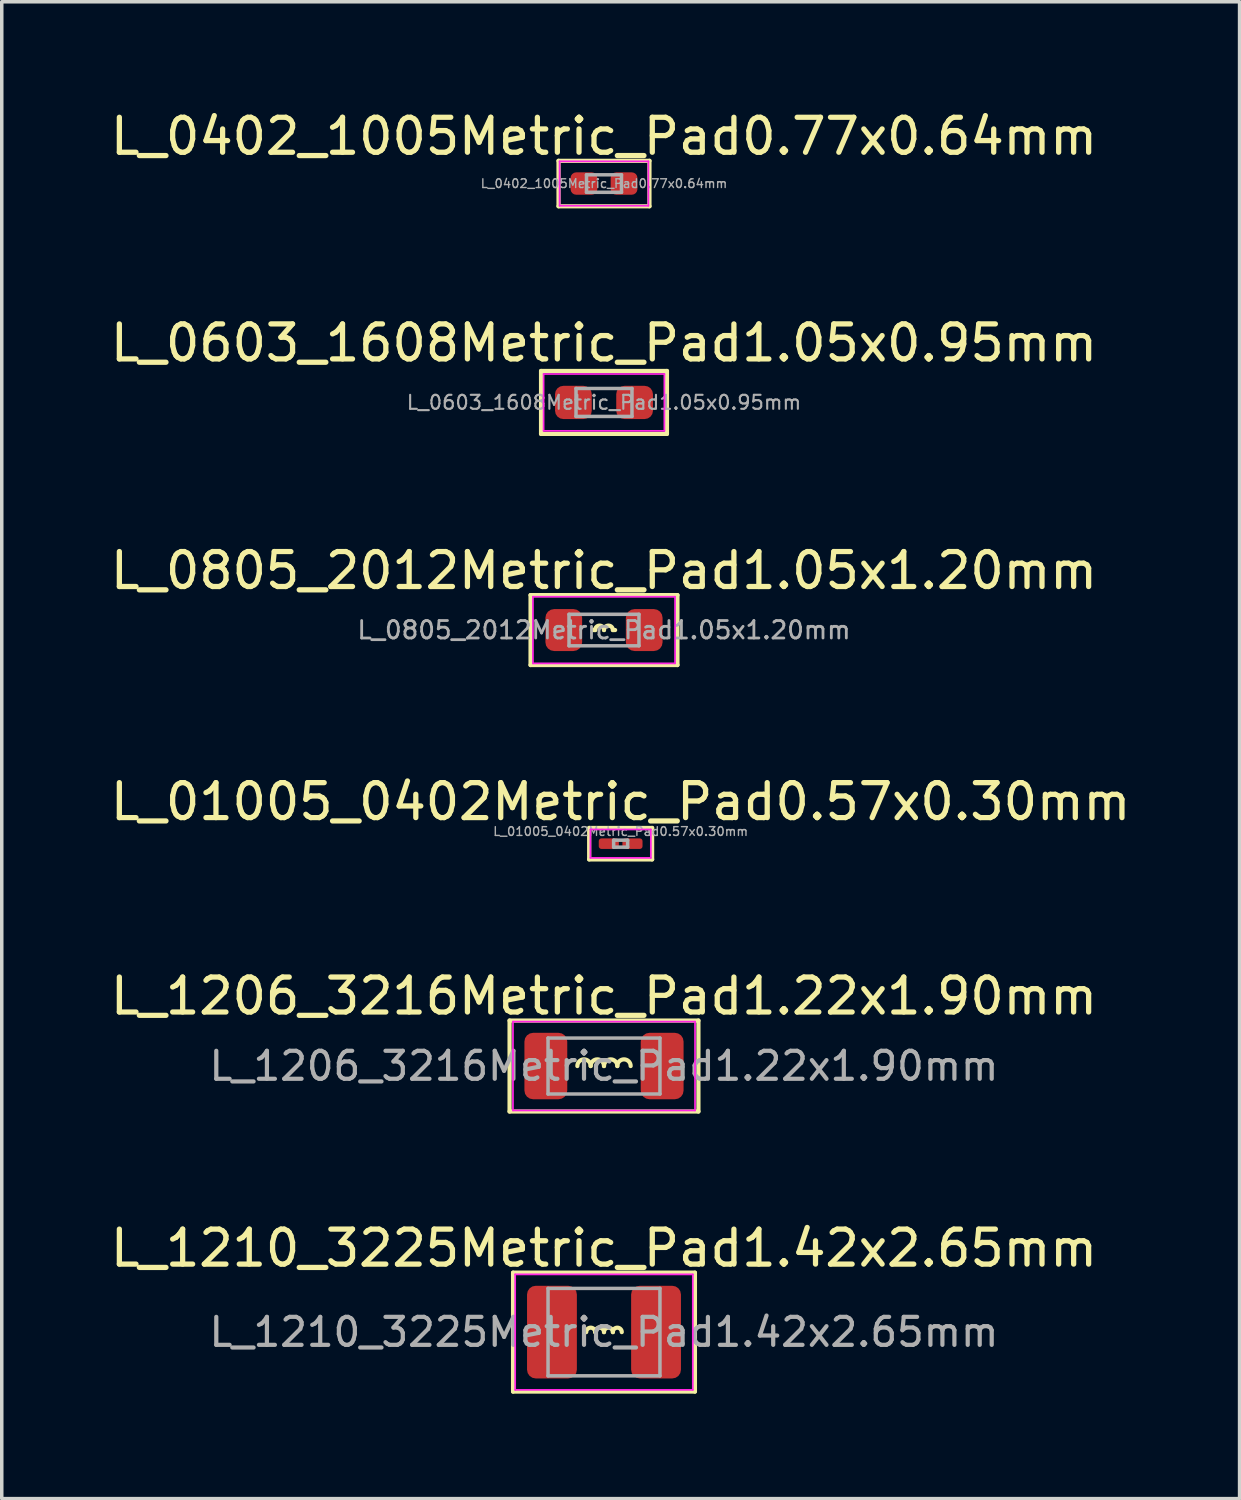
<source format=kicad_pcb>
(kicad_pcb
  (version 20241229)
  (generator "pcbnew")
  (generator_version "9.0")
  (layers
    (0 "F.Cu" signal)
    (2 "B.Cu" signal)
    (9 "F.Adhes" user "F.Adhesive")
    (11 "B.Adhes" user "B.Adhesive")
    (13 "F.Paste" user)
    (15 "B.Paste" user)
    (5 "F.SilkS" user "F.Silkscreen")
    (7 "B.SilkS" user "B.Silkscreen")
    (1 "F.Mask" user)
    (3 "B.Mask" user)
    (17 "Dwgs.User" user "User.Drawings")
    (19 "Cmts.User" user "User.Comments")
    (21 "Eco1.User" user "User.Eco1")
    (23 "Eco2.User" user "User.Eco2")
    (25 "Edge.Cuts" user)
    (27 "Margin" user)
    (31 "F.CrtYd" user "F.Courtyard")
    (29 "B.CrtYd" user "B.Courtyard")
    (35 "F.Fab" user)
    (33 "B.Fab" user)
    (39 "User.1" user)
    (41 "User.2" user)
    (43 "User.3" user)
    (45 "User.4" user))
  (footprint "L_0805_2012Metric_Pad1.05x1.20mm"
    (layer "F.Cu")
    (at 14.22 14.965)
    (property "Reference" "L_0805_2012Metric_Pad1.05x1.20mm" (at 0 -1.7 0) (layer "F.SilkS") (effects (font (size 1 1) (thickness 0.15))))
    (attr smd)
    (fp_line (start -2.1 -1) (end -2.1 1) (stroke (width 0.12) (type solid)) (layer "F.SilkS"))
    (fp_line (start -2.1 1) (end 2.1 1) (stroke (width 0.12) (type solid)) (layer "F.SilkS"))
    (fp_line (start -0.254 0) (end -0.318 0) (stroke (width 0.12) (type solid)) (layer "F.SilkS"))
    (fp_line (start 0.254 0) (end 0.318 0) (stroke (width 0.12) (type solid)) (layer "F.SilkS"))
    (fp_line (start 2.1 -1) (end -2.1 -1) (stroke (width 0.12) (type solid)) (layer "F.SilkS"))
    (fp_line (start 2.1 1) (end 2.1 -1) (stroke (width 0.12) (type solid)) (layer "F.SilkS"))
    (fp_arc (start -0.254 0) (mid -0.127 -0.127) (end 0 0) (stroke (width 0.12) (type solid)) (layer "F.SilkS"))
    (fp_arc (start 0 0) (mid 0.127 -0.127) (end 0.254 0) (stroke (width 0.12) (type solid)) (layer "F.SilkS"))
    (fp_line (start -2.032 -0.953) (end 2.032 -0.953) (stroke (width 0.05) (type solid)) (layer "F.CrtYd"))
    (fp_line (start -2.032 0.953) (end -2.032 -0.953) (stroke (width 0.05) (type solid)) (layer "F.CrtYd"))
    (fp_line (start 2.032 -0.953) (end 2.032 0.953) (stroke (width 0.05) (type solid)) (layer "F.CrtYd"))
    (fp_line (start 2.032 0.953) (end -2.032 0.953) (stroke (width 0.05) (type solid)) (layer "F.CrtYd"))
    (fp_line (start -1 -0.45) (end 1 -0.45) (stroke (width 0.1) (type solid)) (layer "F.Fab"))
    (fp_line (start -1 0.45) (end -1 -0.45) (stroke (width 0.1) (type solid)) (layer "F.Fab"))
    (fp_line (start 1 -0.45) (end 1 0.45) (stroke (width 0.1) (type solid)) (layer "F.Fab"))
    (fp_line (start 1 0.45) (end -1 0.45) (stroke (width 0.1) (type solid)) (layer "F.Fab"))
    (fp_text user "${REFERENCE}" (at 0 0 0) (layer "F.Fab") (effects (font (size 0.5 0.5) (thickness 0.08))))
    (pad "1" smd roundrect (at -1.15 0) (size 1.05 1.2) (layers "F.Cu" "F.Mask" "F.Paste") (roundrect_rratio 0.238))
    (pad "2" smd roundrect (at 1.15 0) (size 1.05 1.2) (layers "F.Cu" "F.Mask" "F.Paste") (roundrect_rratio 0.238)))
  (footprint "L_01005_0402Metric_Pad0.57x0.30mm"
    (layer "F.Cu")
    (at 14.696 21.073)
    (property "Reference" "L_01005_0402Metric_Pad0.57x0.30mm" (at 0 -1.2 0) (layer "F.SilkS") (effects (font (size 1 1) (thickness 0.15))))
    (attr smd)
    (fp_line (start -0.9 -0.45) (end -0.9 0.45) (stroke (width 0.12) (type solid)) (layer "F.SilkS"))
    (fp_line (start -0.9 0.45) (end 0.9 0.45) (stroke (width 0.12) (type solid)) (layer "F.SilkS"))
    (fp_line (start 0.9 -0.45) (end -0.9 -0.45) (stroke (width 0.12) (type solid)) (layer "F.SilkS"))
    (fp_line (start 0.9 0.45) (end 0.9 -0.45) (stroke (width 0.12) (type solid)) (layer "F.SilkS"))
    (fp_line (start -0.864 -0.406) (end 0.864 -0.406) (stroke (width 0.05) (type solid)) (layer "F.CrtYd"))
    (fp_line (start -0.864 0.406) (end -0.864 -0.406) (stroke (width 0.05) (type solid)) (layer "F.CrtYd"))
    (fp_line (start 0.864 -0.406) (end 0.864 0.406) (stroke (width 0.05) (type solid)) (layer "F.CrtYd"))
    (fp_line (start 0.864 0.406) (end -0.864 0.406) (stroke (width 0.05) (type solid)) (layer "F.CrtYd"))
    (fp_line (start -0.2 -0.1) (end 0.2 -0.1) (stroke (width 0.1) (type solid)) (layer "F.Fab"))
    (fp_line (start -0.2 0.1) (end -0.2 -0.1) (stroke (width 0.1) (type solid)) (layer "F.Fab"))
    (fp_line (start 0.2 -0.1) (end 0.2 0.1) (stroke (width 0.1) (type solid)) (layer "F.Fab"))
    (fp_line (start 0.2 0.1) (end -0.2 0.1) (stroke (width 0.1) (type solid)) (layer "F.Fab"))
    (fp_text user "${REFERENCE}" (at 0 -0.35 0) (layer "F.Fab") (effects (font (size 0.25 0.25) (thickness 0.04))))
    (pad "" smd roundrect (at -0.362 0) (size 0.41 0.27) (layers "F.Paste") (roundrect_rratio 0.25))
    (pad "" smd roundrect (at 0.362 0) (size 0.41 0.27) (layers "F.Paste") (roundrect_rratio 0.25))
    (pad "1" smd roundrect (at -0.338 0) (size 0.575 0.3) (layers "F.Cu" "F.Mask") (roundrect_rratio 0.25))
    (pad "2" smd roundrect (at 0.338 0) (size 0.575 0.3) (layers "F.Cu" "F.Mask") (roundrect_rratio 0.25)))
  (footprint "L_1206_3216Metric_Pad1.22x1.90mm"
    (layer "F.Cu")
    (at 14.22 27.431)
    (property "Reference" "L_1206_3216Metric_Pad1.22x1.90mm" (at 0 -2 0) (layer "F.SilkS") (effects (font (size 1 1) (thickness 0.15))))
    (attr smd)
    (fp_line (start -2.7 -1.3) (end -2.7 1.3) (stroke (width 0.12) (type solid)) (layer "F.SilkS"))
    (fp_line (start -2.7 1.3) (end 2.7 1.3) (stroke (width 0.12) (type solid)) (layer "F.SilkS"))
    (fp_line (start 2.7 -1.3) (end -2.7 -1.3) (stroke (width 0.12) (type solid)) (layer "F.SilkS"))
    (fp_line (start 2.7 1.3) (end 2.7 -1.3) (stroke (width 0.12) (type solid)) (layer "F.SilkS"))
    (fp_arc (start -0.762 0) (mid -0.5715 -0.1905) (end -0.381 0) (stroke (width 0.12) (type solid)) (layer "F.SilkS"))
    (fp_arc (start -0.381 0) (mid -0.1905 -0.1905) (end 0 0) (stroke (width 0.12) (type solid)) (layer "F.SilkS"))
    (fp_arc (start 0 0) (mid 0.1905 -0.1905) (end 0.381 0) (stroke (width 0.12) (type solid)) (layer "F.SilkS"))
    (fp_arc (start 0.381 0) (mid 0.5715 -0.1905) (end 0.762 0) (stroke (width 0.12) (type solid)) (layer "F.SilkS"))
    (fp_line (start -2.603 -1.27) (end 2.603 -1.27) (stroke (width 0.05) (type solid)) (layer "F.CrtYd"))
    (fp_line (start -2.603 1.27) (end -2.603 -1.27) (stroke (width 0.05) (type solid)) (layer "F.CrtYd"))
    (fp_line (start 2.603 -1.27) (end 2.603 1.27) (stroke (width 0.05) (type solid)) (layer "F.CrtYd"))
    (fp_line (start 2.603 1.27) (end -2.603 1.27) (stroke (width 0.05) (type solid)) (layer "F.CrtYd"))
    (fp_line (start -1.6 -0.8) (end 1.6 -0.8) (stroke (width 0.1) (type solid)) (layer "F.Fab"))
    (fp_line (start -1.6 0.8) (end -1.6 -0.8) (stroke (width 0.1) (type solid)) (layer "F.Fab"))
    (fp_line (start 1.6 -0.8) (end 1.6 0.8) (stroke (width 0.1) (type solid)) (layer "F.Fab"))
    (fp_line (start 1.6 0.8) (end -1.6 0.8) (stroke (width 0.1) (type solid)) (layer "F.Fab"))
    (fp_text user "${REFERENCE}" (at 0 0 0) (layer "F.Fab") (effects (font (size 0.8 0.8) (thickness 0.12))))
    (pad "1" smd roundrect (at -1.663 0) (size 1.225 1.9) (layers "F.Cu" "F.Mask" "F.Paste") (roundrect_rratio 0.204))
    (pad "2" smd roundrect (at 1.663 0) (size 1.225 1.9) (layers "F.Cu" "F.Mask" "F.Paste") (roundrect_rratio 0.204)))
  (footprint "L_0402_1005Metric_Pad0.77x0.64mm"
    (layer "F.Cu")
    (at 14.22 2.198)
    (property "Reference" "L_0402_1005Metric_Pad0.77x0.64mm" (at 0 -1.35 0) (layer "F.SilkS") (effects (font (size 1 1) (thickness 0.15))))
    (attr smd)
    (fp_line (start -1.3 -0.65) (end -1.3 0.65) (stroke (width 0.12) (type solid)) (layer "F.SilkS"))
    (fp_line (start -1.3 0.65) (end 1.3 0.65) (stroke (width 0.12) (type solid)) (layer "F.SilkS"))
    (fp_line (start 1.3 -0.65) (end -1.3 -0.65) (stroke (width 0.12) (type solid)) (layer "F.SilkS"))
    (fp_line (start 1.3 0.65) (end 1.3 -0.65) (stroke (width 0.12) (type solid)) (layer "F.SilkS"))
    (fp_line (start -1.27 -0.635) (end 1.27 -0.635) (stroke (width 0.05) (type solid)) (layer "F.CrtYd"))
    (fp_line (start -1.27 0.635) (end -1.27 -0.635) (stroke (width 0.05) (type solid)) (layer "F.CrtYd"))
    (fp_line (start 1.27 -0.635) (end 1.27 0.635) (stroke (width 0.05) (type solid)) (layer "F.CrtYd"))
    (fp_line (start 1.27 0.635) (end -1.27 0.635) (stroke (width 0.05) (type solid)) (layer "F.CrtYd"))
    (fp_line (start -0.5 -0.25) (end 0.5 -0.25) (stroke (width 0.1) (type solid)) (layer "F.Fab"))
    (fp_line (start -0.5 0.25) (end -0.5 -0.25) (stroke (width 0.1) (type solid)) (layer "F.Fab"))
    (fp_line (start 0.5 -0.25) (end 0.5 0.25) (stroke (width 0.1) (type solid)) (layer "F.Fab"))
    (fp_line (start 0.5 0.25) (end -0.5 0.25) (stroke (width 0.1) (type solid)) (layer "F.Fab"))
    (fp_text user "${REFERENCE}" (at 0 0 0) (layer "F.Fab") (effects (font (size 0.25 0.25) (thickness 0.04))))
    (pad "1" smd roundrect (at -0.573 0) (size 0.765 0.64) (layers "F.Cu" "F.Mask" "F.Paste") (roundrect_rratio 0.25))
    (pad "2" smd roundrect (at 0.573 0) (size 0.765 0.64) (layers "F.Cu" "F.Mask" "F.Paste") (roundrect_rratio 0.25)))
  (footprint "L_0603_1608Metric_Pad1.05x0.95mm"
    (layer "F.Cu")
    (at 14.22 8.457)
    (property "Reference" "L_0603_1608Metric_Pad1.05x0.95mm" (at 0 -1.7 0) (layer "F.SilkS") (effects (font (size 1 1) (thickness 0.15))))
    (attr smd)
    (fp_line (start -1.8 -0.9) (end -1.8 0.9) (stroke (width 0.12) (type solid)) (layer "F.SilkS"))
    (fp_line (start -1.8 0.9) (end 1.8 0.9) (stroke (width 0.12) (type solid)) (layer "F.SilkS"))
    (fp_line (start 1.8 -0.9) (end -1.8 -0.9) (stroke (width 0.12) (type solid)) (layer "F.SilkS"))
    (fp_line (start 1.8 0.9) (end 1.8 -0.9) (stroke (width 0.12) (type solid)) (layer "F.SilkS"))
    (fp_line (start -1.727 -0.813) (end 1.727 -0.813) (stroke (width 0.05) (type solid)) (layer "F.CrtYd"))
    (fp_line (start -1.727 0.813) (end -1.727 -0.813) (stroke (width 0.05) (type solid)) (layer "F.CrtYd"))
    (fp_line (start 1.727 -0.813) (end 1.727 0.813) (stroke (width 0.05) (type solid)) (layer "F.CrtYd"))
    (fp_line (start 1.727 0.813) (end -1.727 0.813) (stroke (width 0.05) (type solid)) (layer "F.CrtYd"))
    (fp_line (start -0.8 -0.4) (end 0.8 -0.4) (stroke (width 0.1) (type solid)) (layer "F.Fab"))
    (fp_line (start -0.8 0.4) (end -0.8 -0.4) (stroke (width 0.1) (type solid)) (layer "F.Fab"))
    (fp_line (start 0.8 -0.4) (end 0.8 0.4) (stroke (width 0.1) (type solid)) (layer "F.Fab"))
    (fp_line (start 0.8 0.4) (end -0.8 0.4) (stroke (width 0.1) (type solid)) (layer "F.Fab"))
    (fp_text user "${REFERENCE}" (at 0 0 0) (layer "F.Fab") (effects (font (size 0.4 0.4) (thickness 0.06))))
    (pad "1" smd roundrect (at -0.875 0) (size 1.05 0.95) (layers "F.Cu" "F.Mask" "F.Paste") (roundrect_rratio 0.25))
    (pad "2" smd roundrect (at 0.875 0) (size 1.05 0.95) (layers "F.Cu" "F.Mask" "F.Paste") (roundrect_rratio 0.25)))
  (footprint "L_1210_3225Metric_Pad1.42x2.65mm"
    (layer "F.Cu")
    (at 14.22 35.039)
    (property "Reference" "L_1210_3225Metric_Pad1.42x2.65mm" (at 0 -2.4 0) (layer "F.SilkS") (effects (font (size 1 1) (thickness 0.15))))
    (attr smd)
    (fp_line (start -2.6 -1.7) (end -2.6 1.7) (stroke (width 0.12) (type solid)) (layer "F.SilkS"))
    (fp_line (start -2.6 1.7) (end 2.6 1.7) (stroke (width 0.12) (type solid)) (layer "F.SilkS"))
    (fp_line (start 2.6 -1.7) (end -2.6 -1.7) (stroke (width 0.12) (type solid)) (layer "F.SilkS"))
    (fp_line (start 2.6 1.7) (end 2.6 -1.7) (stroke (width 0.12) (type solid)) (layer "F.SilkS"))
    (fp_arc (start -0.508 0) (mid -0.381 -0.127) (end -0.254 0) (stroke (width 0.12) (type solid)) (layer "F.SilkS"))
    (fp_arc (start -0.254 0) (mid -0.127 -0.127) (end 0 0) (stroke (width 0.12) (type solid)) (layer "F.SilkS"))
    (fp_arc (start 0 0) (mid 0.127 -0.127) (end 0.254 0) (stroke (width 0.12) (type solid)) (layer "F.SilkS"))
    (fp_arc (start 0.254 0) (mid 0.381 -0.127) (end 0.508 0) (stroke (width 0.12) (type solid)) (layer "F.SilkS"))
    (fp_line (start -2.54 -1.651) (end 2.54 -1.651) (stroke (width 0.05) (type solid)) (layer "F.CrtYd"))
    (fp_line (start -2.54 1.651) (end -2.54 -1.651) (stroke (width 0.05) (type solid)) (layer "F.CrtYd"))
    (fp_line (start 2.54 -1.651) (end 2.54 1.651) (stroke (width 0.05) (type solid)) (layer "F.CrtYd"))
    (fp_line (start 2.54 1.651) (end -2.54 1.651) (stroke (width 0.05) (type solid)) (layer "F.CrtYd"))
    (fp_line (start -1.6 -1.25) (end 1.6 -1.25) (stroke (width 0.1) (type solid)) (layer "F.Fab"))
    (fp_line (start -1.6 1.25) (end -1.6 -1.25) (stroke (width 0.1) (type solid)) (layer "F.Fab"))
    (fp_line (start 1.6 -1.25) (end 1.6 1.25) (stroke (width 0.1) (type solid)) (layer "F.Fab"))
    (fp_line (start 1.6 1.25) (end -1.6 1.25) (stroke (width 0.1) (type solid)) (layer "F.Fab"))
    (fp_text user "${REFERENCE}" (at 0 0 0) (layer "F.Fab") (effects (font (size 0.8 0.8) (thickness 0.12))))
    (pad "1" smd roundrect (at -1.488 0) (size 1.425 2.65) (layers "F.Cu" "F.Mask" "F.Paste") (roundrect_rratio 0.175))
    (pad "2" smd roundrect (at 1.488 0) (size 1.425 2.65) (layers "F.Cu" "F.Mask" "F.Paste") (roundrect_rratio 0.175)))
  (gr_rect
    (start -3 -3)
    (end 32.393 39.8)
    (stroke (width 0.1) (type default))
    (fill no)
    (layer "Edge.Cuts")))
</source>
